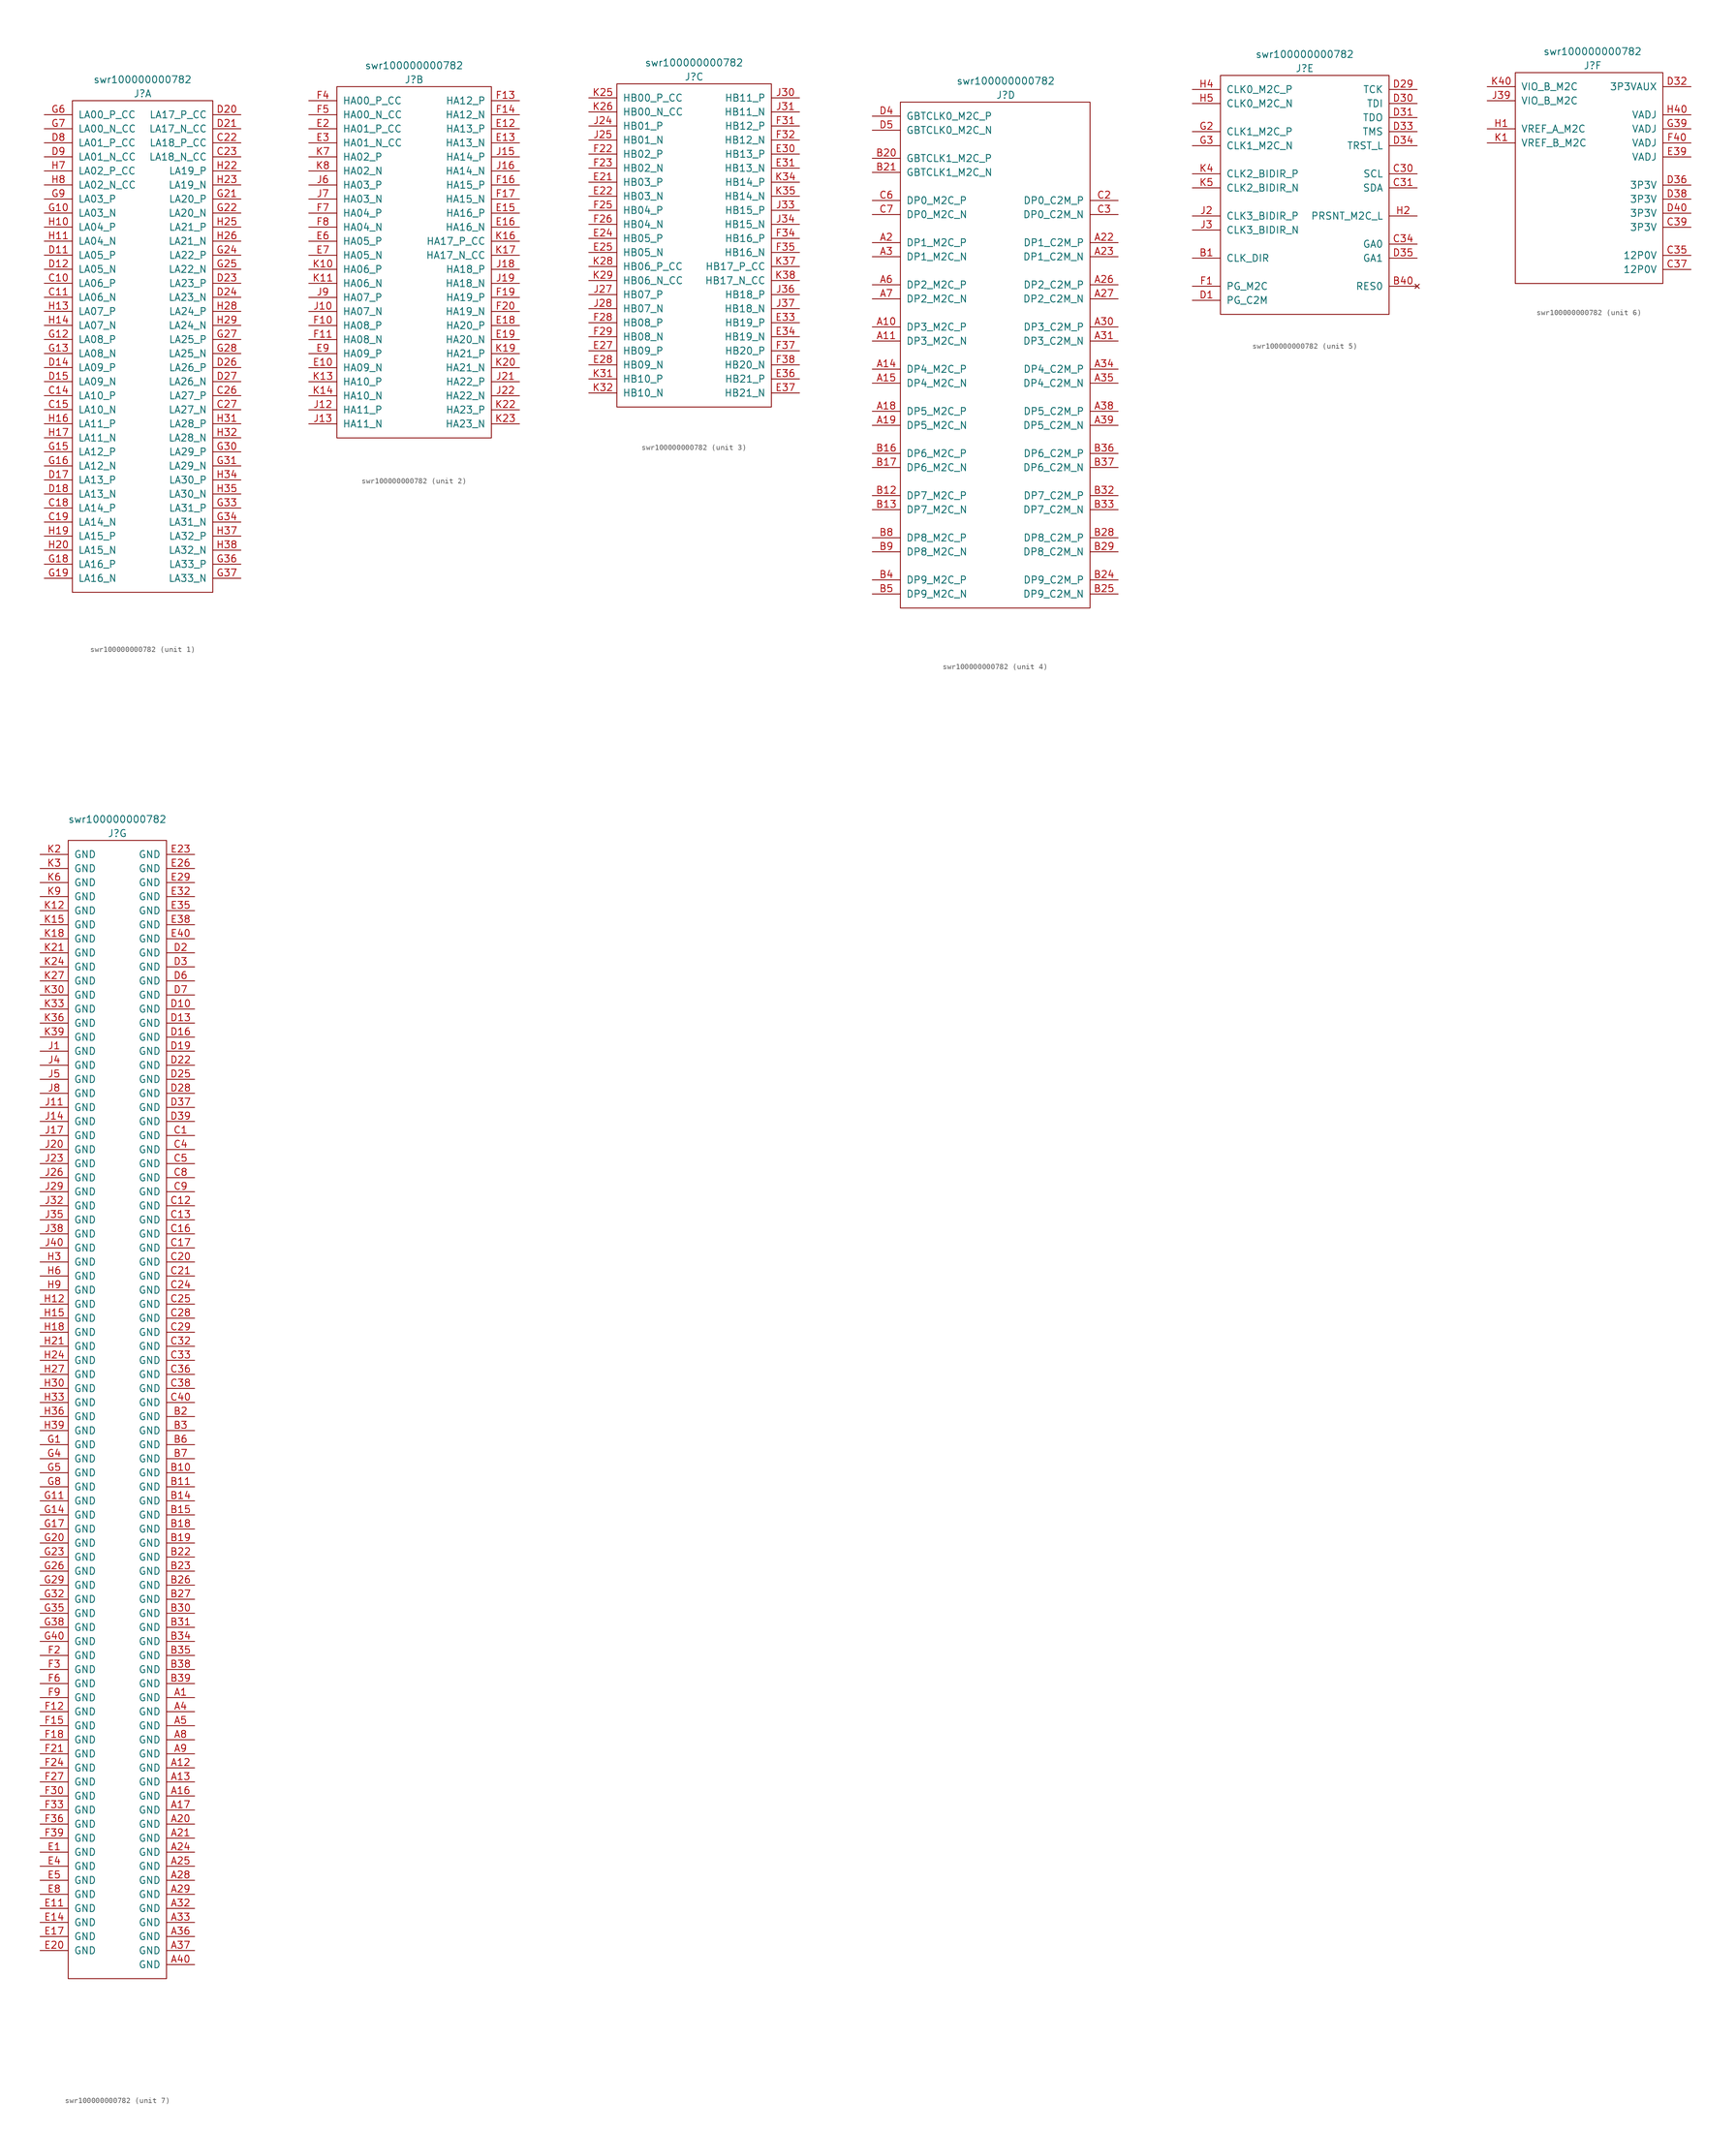
<source format=kicad_sym>
(kicad_symbol_lib
  (version 20220914)
  (generator kicad_symbol_editor)
  (symbol "swr100000000782"
    (pin_names
      (offset 1.016))
    (property "Reference" "J"
      (at 0 1.27 0)
      (effects (font (size 1.27 1.27))))
    (property "Value" "swr100000000782"
      (at 0 3.81 0)
      (effects (font (size 1.27 1.27))))
    (property "ki_locked" ""
      (at 0 0 0)
      (effects (font (size 1.27 1.27))))
    (symbol "swr100000000782_1_0"
      (pin bidirectional line (at -17.78 -33.02 0) (length 5.08) (name "LA06_P" (effects (font (size 1.27 1.27)))) (number "C10" (effects (font (size 1.27 1.27)))))
      (pin bidirectional line (at -17.78 -35.56 0) (length 5.08) (name "LA06_N" (effects (font (size 1.27 1.27)))) (number "C11" (effects (font (size 1.27 1.27)))))
      (pin bidirectional line (at -17.78 -53.34 0) (length 5.08) (name "LA10_P" (effects (font (size 1.27 1.27)))) (number "C14" (effects (font (size 1.27 1.27)))))
      (pin bidirectional line (at -17.78 -55.88 0) (length 5.08) (name "LA10_N" (effects (font (size 1.27 1.27)))) (number "C15" (effects (font (size 1.27 1.27)))))
      (pin bidirectional line (at -17.78 -73.66 0) (length 5.08) (name "LA14_P" (effects (font (size 1.27 1.27)))) (number "C18" (effects (font (size 1.27 1.27)))))
      (pin bidirectional line (at -17.78 -76.2 0) (length 5.08) (name "LA14_N" (effects (font (size 1.27 1.27)))) (number "C19" (effects (font (size 1.27 1.27)))))
      (pin bidirectional line (at 17.78 -7.62 180) (length 5.08) (name "LA18_P_CC" (effects (font (size 1.27 1.27)))) (number "C22" (effects (font (size 1.27 1.27)))))
      (pin bidirectional line (at 17.78 -10.16 180) (length 5.08) (name "LA18_N_CC" (effects (font (size 1.27 1.27)))) (number "C23" (effects (font (size 1.27 1.27)))))
      (pin bidirectional line (at 17.78 -53.34 180) (length 5.08) (name "LA27_P" (effects (font (size 1.27 1.27)))) (number "C26" (effects (font (size 1.27 1.27)))))
      (pin bidirectional line (at 17.78 -55.88 180) (length 5.08) (name "LA27_N" (effects (font (size 1.27 1.27)))) (number "C27" (effects (font (size 1.27 1.27)))))
      (pin bidirectional line (at -17.78 -27.94 0) (length 5.08) (name "LA05_P" (effects (font (size 1.27 1.27)))) (number "D11" (effects (font (size 1.27 1.27)))))
      (pin bidirectional line (at -17.78 -30.48 0) (length 5.08) (name "LA05_N" (effects (font (size 1.27 1.27)))) (number "D12" (effects (font (size 1.27 1.27)))))
      (pin bidirectional line (at -17.78 -48.26 0) (length 5.08) (name "LA09_P" (effects (font (size 1.27 1.27)))) (number "D14" (effects (font (size 1.27 1.27)))))
      (pin bidirectional line (at -17.78 -50.8 0) (length 5.08) (name "LA09_N" (effects (font (size 1.27 1.27)))) (number "D15" (effects (font (size 1.27 1.27)))))
      (pin bidirectional line (at -17.78 -68.58 0) (length 5.08) (name "LA13_P" (effects (font (size 1.27 1.27)))) (number "D17" (effects (font (size 1.27 1.27)))))
      (pin bidirectional line (at -17.78 -71.12 0) (length 5.08) (name "LA13_N" (effects (font (size 1.27 1.27)))) (number "D18" (effects (font (size 1.27 1.27)))))
      (pin bidirectional line (at 17.78 -2.54 180) (length 5.08) (name "LA17_P_CC" (effects (font (size 1.27 1.27)))) (number "D20" (effects (font (size 1.27 1.27)))))
      (pin bidirectional line (at 17.78 -5.08 180) (length 5.08) (name "LA17_N_CC" (effects (font (size 1.27 1.27)))) (number "D21" (effects (font (size 1.27 1.27)))))
      (pin bidirectional line (at 17.78 -33.02 180) (length 5.08) (name "LA23_P" (effects (font (size 1.27 1.27)))) (number "D23" (effects (font (size 1.27 1.27)))))
      (pin bidirectional line (at 17.78 -35.56 180) (length 5.08) (name "LA23_N" (effects (font (size 1.27 1.27)))) (number "D24" (effects (font (size 1.27 1.27)))))
      (pin bidirectional line (at 17.78 -48.26 180) (length 5.08) (name "LA26_P" (effects (font (size 1.27 1.27)))) (number "D26" (effects (font (size 1.27 1.27)))))
      (pin bidirectional line (at 17.78 -50.8 180) (length 5.08) (name "LA26_N" (effects (font (size 1.27 1.27)))) (number "D27" (effects (font (size 1.27 1.27)))))
      (pin bidirectional line (at -17.78 -7.62 0) (length 5.08) (name "LA01_P_CC" (effects (font (size 1.27 1.27)))) (number "D8" (effects (font (size 1.27 1.27)))))
      (pin bidirectional line (at -17.78 -10.16 0) (length 5.08) (name "LA01_N_CC" (effects (font (size 1.27 1.27)))) (number "D9" (effects (font (size 1.27 1.27)))))
      (pin bidirectional line (at -17.78 -20.32 0) (length 5.08) (name "LA03_N" (effects (font (size 1.27 1.27)))) (number "G10" (effects (font (size 1.27 1.27)))))
      (pin bidirectional line (at -17.78 -43.18 0) (length 5.08) (name "LA08_P" (effects (font (size 1.27 1.27)))) (number "G12" (effects (font (size 1.27 1.27)))))
      (pin bidirectional line (at -17.78 -45.72 0) (length 5.08) (name "LA08_N" (effects (font (size 1.27 1.27)))) (number "G13" (effects (font (size 1.27 1.27)))))
      (pin bidirectional line (at -17.78 -63.5 0) (length 5.08) (name "LA12_P" (effects (font (size 1.27 1.27)))) (number "G15" (effects (font (size 1.27 1.27)))))
      (pin bidirectional line (at -17.78 -66.04 0) (length 5.08) (name "LA12_N" (effects (font (size 1.27 1.27)))) (number "G16" (effects (font (size 1.27 1.27)))))
      (pin bidirectional line (at -17.78 -83.82 0) (length 5.08) (name "LA16_P" (effects (font (size 1.27 1.27)))) (number "G18" (effects (font (size 1.27 1.27)))))
      (pin bidirectional line (at -17.78 -86.36 0) (length 5.08) (name "LA16_N" (effects (font (size 1.27 1.27)))) (number "G19" (effects (font (size 1.27 1.27)))))
      (pin bidirectional line (at 17.78 -17.78 180) (length 5.08) (name "LA20_P" (effects (font (size 1.27 1.27)))) (number "G21" (effects (font (size 1.27 1.27)))))
      (pin bidirectional line (at 17.78 -20.32 180) (length 5.08) (name "LA20_N" (effects (font (size 1.27 1.27)))) (number "G22" (effects (font (size 1.27 1.27)))))
      (pin bidirectional line (at 17.78 -27.94 180) (length 5.08) (name "LA22_P" (effects (font (size 1.27 1.27)))) (number "G24" (effects (font (size 1.27 1.27)))))
      (pin bidirectional line (at 17.78 -30.48 180) (length 5.08) (name "LA22_N" (effects (font (size 1.27 1.27)))) (number "G25" (effects (font (size 1.27 1.27)))))
      (pin bidirectional line (at 17.78 -43.18 180) (length 5.08) (name "LA25_P" (effects (font (size 1.27 1.27)))) (number "G27" (effects (font (size 1.27 1.27)))))
      (pin bidirectional line (at 17.78 -45.72 180) (length 5.08) (name "LA25_N" (effects (font (size 1.27 1.27)))) (number "G28" (effects (font (size 1.27 1.27)))))
      (pin bidirectional line (at 17.78 -63.5 180) (length 5.08) (name "LA29_P" (effects (font (size 1.27 1.27)))) (number "G30" (effects (font (size 1.27 1.27)))))
      (pin bidirectional line (at 17.78 -66.04 180) (length 5.08) (name "LA29_N" (effects (font (size 1.27 1.27)))) (number "G31" (effects (font (size 1.27 1.27)))))
      (pin bidirectional line (at 17.78 -73.66 180) (length 5.08) (name "LA31_P" (effects (font (size 1.27 1.27)))) (number "G33" (effects (font (size 1.27 1.27)))))
      (pin bidirectional line (at 17.78 -76.2 180) (length 5.08) (name "LA31_N" (effects (font (size 1.27 1.27)))) (number "G34" (effects (font (size 1.27 1.27)))))
      (pin bidirectional line (at 17.78 -83.82 180) (length 5.08) (name "LA33_P" (effects (font (size 1.27 1.27)))) (number "G36" (effects (font (size 1.27 1.27)))))
      (pin bidirectional line (at 17.78 -86.36 180) (length 5.08) (name "LA33_N" (effects (font (size 1.27 1.27)))) (number "G37" (effects (font (size 1.27 1.27)))))
      (pin bidirectional line (at -17.78 -2.54 0) (length 5.08) (name "LA00_P_CC" (effects (font (size 1.27 1.27)))) (number "G6" (effects (font (size 1.27 1.27)))))
      (pin bidirectional line (at -17.78 -5.08 0) (length 5.08) (name "LA00_N_CC" (effects (font (size 1.27 1.27)))) (number "G7" (effects (font (size 1.27 1.27)))))
      (pin bidirectional line (at -17.78 -17.78 0) (length 5.08) (name "LA03_P" (effects (font (size 1.27 1.27)))) (number "G9" (effects (font (size 1.27 1.27)))))
      (pin bidirectional line (at -17.78 -22.86 0) (length 5.08) (name "LA04_P" (effects (font (size 1.27 1.27)))) (number "H10" (effects (font (size 1.27 1.27)))))
      (pin bidirectional line (at -17.78 -25.4 0) (length 5.08) (name "LA04_N" (effects (font (size 1.27 1.27)))) (number "H11" (effects (font (size 1.27 1.27)))))
      (pin bidirectional line (at -17.78 -38.1 0) (length 5.08) (name "LA07_P" (effects (font (size 1.27 1.27)))) (number "H13" (effects (font (size 1.27 1.27)))))
      (pin bidirectional line (at -17.78 -40.64 0) (length 5.08) (name "LA07_N" (effects (font (size 1.27 1.27)))) (number "H14" (effects (font (size 1.27 1.27)))))
      (pin bidirectional line (at -17.78 -58.42 0) (length 5.08) (name "LA11_P" (effects (font (size 1.27 1.27)))) (number "H16" (effects (font (size 1.27 1.27)))))
      (pin bidirectional line (at -17.78 -60.96 0) (length 5.08) (name "LA11_N" (effects (font (size 1.27 1.27)))) (number "H17" (effects (font (size 1.27 1.27)))))
      (pin bidirectional line (at -17.78 -78.74 0) (length 5.08) (name "LA15_P" (effects (font (size 1.27 1.27)))) (number "H19" (effects (font (size 1.27 1.27)))))
      (pin bidirectional line (at -17.78 -81.28 0) (length 5.08) (name "LA15_N" (effects (font (size 1.27 1.27)))) (number "H20" (effects (font (size 1.27 1.27)))))
      (pin bidirectional line (at 17.78 -12.7 180) (length 5.08) (name "LA19_P" (effects (font (size 1.27 1.27)))) (number "H22" (effects (font (size 1.27 1.27)))))
      (pin bidirectional line (at 17.78 -15.24 180) (length 5.08) (name "LA19_N" (effects (font (size 1.27 1.27)))) (number "H23" (effects (font (size 1.27 1.27)))))
      (pin bidirectional line (at 17.78 -22.86 180) (length 5.08) (name "LA21_P" (effects (font (size 1.27 1.27)))) (number "H25" (effects (font (size 1.27 1.27)))))
      (pin bidirectional line (at 17.78 -25.4 180) (length 5.08) (name "LA21_N" (effects (font (size 1.27 1.27)))) (number "H26" (effects (font (size 1.27 1.27)))))
      (pin bidirectional line (at 17.78 -38.1 180) (length 5.08) (name "LA24_P" (effects (font (size 1.27 1.27)))) (number "H28" (effects (font (size 1.27 1.27)))))
      (pin bidirectional line (at 17.78 -40.64 180) (length 5.08) (name "LA24_N" (effects (font (size 1.27 1.27)))) (number "H29" (effects (font (size 1.27 1.27)))))
      (pin bidirectional line (at 17.78 -58.42 180) (length 5.08) (name "LA28_P" (effects (font (size 1.27 1.27)))) (number "H31" (effects (font (size 1.27 1.27)))))
      (pin bidirectional line (at 17.78 -60.96 180) (length 5.08) (name "LA28_N" (effects (font (size 1.27 1.27)))) (number "H32" (effects (font (size 1.27 1.27)))))
      (pin bidirectional line (at 17.78 -68.58 180) (length 5.08) (name "LA30_P" (effects (font (size 1.27 1.27)))) (number "H34" (effects (font (size 1.27 1.27)))))
      (pin bidirectional line (at 17.78 -71.12 180) (length 5.08) (name "LA30_N" (effects (font (size 1.27 1.27)))) (number "H35" (effects (font (size 1.27 1.27)))))
      (pin bidirectional line (at 17.78 -78.74 180) (length 5.08) (name "LA32_P" (effects (font (size 1.27 1.27)))) (number "H37" (effects (font (size 1.27 1.27)))))
      (pin bidirectional line (at 17.78 -81.28 180) (length 5.08) (name "LA32_N" (effects (font (size 1.27 1.27)))) (number "H38" (effects (font (size 1.27 1.27)))))
      (pin bidirectional line (at -17.78 -12.7 0) (length 5.08) (name "LA02_P_CC" (effects (font (size 1.27 1.27)))) (number "H7" (effects (font (size 1.27 1.27)))))
      (pin bidirectional line (at -17.78 -15.24 0) (length 5.08) (name "LA02_N_CC" (effects (font (size 1.27 1.27)))) (number "H8" (effects (font (size 1.27 1.27))))))
    (symbol "swr100000000782_1_1"
      (rectangle (start -12.7 0) (end 12.7 -88.9) (stroke (width 0) (type default)) (fill (type none))))
    (symbol "swr100000000782_2_0"
      (pin bidirectional line (at -19.05 -50.8 0) (length 5.08) (name "HA09_N" (effects (font (size 1.27 1.27)))) (number "E10" (effects (font (size 1.27 1.27)))))
      (pin bidirectional line (at 19.05 -7.62 180) (length 5.08) (name "HA13_P" (effects (font (size 1.27 1.27)))) (number "E12" (effects (font (size 1.27 1.27)))))
      (pin bidirectional line (at 19.05 -10.16 180) (length 5.08) (name "HA13_N" (effects (font (size 1.27 1.27)))) (number "E13" (effects (font (size 1.27 1.27)))))
      (pin bidirectional line (at 19.05 -22.86 180) (length 5.08) (name "HA16_P" (effects (font (size 1.27 1.27)))) (number "E15" (effects (font (size 1.27 1.27)))))
      (pin bidirectional line (at 19.05 -25.4 180) (length 5.08) (name "HA16_N" (effects (font (size 1.27 1.27)))) (number "E16" (effects (font (size 1.27 1.27)))))
      (pin bidirectional line (at 19.05 -43.18 180) (length 5.08) (name "HA20_P" (effects (font (size 1.27 1.27)))) (number "E18" (effects (font (size 1.27 1.27)))))
      (pin bidirectional line (at 19.05 -45.72 180) (length 5.08) (name "HA20_N" (effects (font (size 1.27 1.27)))) (number "E19" (effects (font (size 1.27 1.27)))))
      (pin bidirectional line (at -19.05 -7.62 0) (length 5.08) (name "HA01_P_CC" (effects (font (size 1.27 1.27)))) (number "E2" (effects (font (size 1.27 1.27)))))
      (pin bidirectional line (at -19.05 -10.16 0) (length 5.08) (name "HA01_N_CC" (effects (font (size 1.27 1.27)))) (number "E3" (effects (font (size 1.27 1.27)))))
      (pin bidirectional line (at -19.05 -27.94 0) (length 5.08) (name "HA05_P" (effects (font (size 1.27 1.27)))) (number "E6" (effects (font (size 1.27 1.27)))))
      (pin bidirectional line (at -19.05 -30.48 0) (length 5.08) (name "HA05_N" (effects (font (size 1.27 1.27)))) (number "E7" (effects (font (size 1.27 1.27)))))
      (pin bidirectional line (at -19.05 -48.26 0) (length 5.08) (name "HA09_P" (effects (font (size 1.27 1.27)))) (number "E9" (effects (font (size 1.27 1.27)))))
      (pin bidirectional line (at -19.05 -43.18 0) (length 5.08) (name "HA08_P" (effects (font (size 1.27 1.27)))) (number "F10" (effects (font (size 1.27 1.27)))))
      (pin bidirectional line (at -19.05 -45.72 0) (length 5.08) (name "HA08_N" (effects (font (size 1.27 1.27)))) (number "F11" (effects (font (size 1.27 1.27)))))
      (pin bidirectional line (at 19.05 -2.54 180) (length 5.08) (name "HA12_P" (effects (font (size 1.27 1.27)))) (number "F13" (effects (font (size 1.27 1.27)))))
      (pin bidirectional line (at 19.05 -5.08 180) (length 5.08) (name "HA12_N" (effects (font (size 1.27 1.27)))) (number "F14" (effects (font (size 1.27 1.27)))))
      (pin bidirectional line (at 19.05 -17.78 180) (length 5.08) (name "HA15_P" (effects (font (size 1.27 1.27)))) (number "F16" (effects (font (size 1.27 1.27)))))
      (pin bidirectional line (at 19.05 -20.32 180) (length 5.08) (name "HA15_N" (effects (font (size 1.27 1.27)))) (number "F17" (effects (font (size 1.27 1.27)))))
      (pin bidirectional line (at 19.05 -38.1 180) (length 5.08) (name "HA19_P" (effects (font (size 1.27 1.27)))) (number "F19" (effects (font (size 1.27 1.27)))))
      (pin bidirectional line (at 19.05 -40.64 180) (length 5.08) (name "HA19_N" (effects (font (size 1.27 1.27)))) (number "F20" (effects (font (size 1.27 1.27)))))
      (pin bidirectional line (at -19.05 -2.54 0) (length 5.08) (name "HA00_P_CC" (effects (font (size 1.27 1.27)))) (number "F4" (effects (font (size 1.27 1.27)))))
      (pin bidirectional line (at -19.05 -5.08 0) (length 5.08) (name "HA00_N_CC" (effects (font (size 1.27 1.27)))) (number "F5" (effects (font (size 1.27 1.27)))))
      (pin bidirectional line (at -19.05 -22.86 0) (length 5.08) (name "HA04_P" (effects (font (size 1.27 1.27)))) (number "F7" (effects (font (size 1.27 1.27)))))
      (pin bidirectional line (at -19.05 -25.4 0) (length 5.08) (name "HA04_N" (effects (font (size 1.27 1.27)))) (number "F8" (effects (font (size 1.27 1.27)))))
      (pin bidirectional line (at -19.05 -40.64 0) (length 5.08) (name "HA07_N" (effects (font (size 1.27 1.27)))) (number "J10" (effects (font (size 1.27 1.27)))))
      (pin bidirectional line (at -19.05 -58.42 0) (length 5.08) (name "HA11_P" (effects (font (size 1.27 1.27)))) (number "J12" (effects (font (size 1.27 1.27)))))
      (pin bidirectional line (at -19.05 -60.96 0) (length 5.08) (name "HA11_N" (effects (font (size 1.27 1.27)))) (number "J13" (effects (font (size 1.27 1.27)))))
      (pin bidirectional line (at 19.05 -12.7 180) (length 5.08) (name "HA14_P" (effects (font (size 1.27 1.27)))) (number "J15" (effects (font (size 1.27 1.27)))))
      (pin bidirectional line (at 19.05 -15.24 180) (length 5.08) (name "HA14_N" (effects (font (size 1.27 1.27)))) (number "J16" (effects (font (size 1.27 1.27)))))
      (pin bidirectional line (at 19.05 -33.02 180) (length 5.08) (name "HA18_P" (effects (font (size 1.27 1.27)))) (number "J18" (effects (font (size 1.27 1.27)))))
      (pin bidirectional line (at 19.05 -35.56 180) (length 5.08) (name "HA18_N" (effects (font (size 1.27 1.27)))) (number "J19" (effects (font (size 1.27 1.27)))))
      (pin bidirectional line (at 19.05 -53.34 180) (length 5.08) (name "HA22_P" (effects (font (size 1.27 1.27)))) (number "J21" (effects (font (size 1.27 1.27)))))
      (pin bidirectional line (at 19.05 -55.88 180) (length 5.08) (name "HA22_N" (effects (font (size 1.27 1.27)))) (number "J22" (effects (font (size 1.27 1.27)))))
      (pin bidirectional line (at -19.05 -17.78 0) (length 5.08) (name "HA03_P" (effects (font (size 1.27 1.27)))) (number "J6" (effects (font (size 1.27 1.27)))))
      (pin bidirectional line (at -19.05 -20.32 0) (length 5.08) (name "HA03_N" (effects (font (size 1.27 1.27)))) (number "J7" (effects (font (size 1.27 1.27)))))
      (pin bidirectional line (at -19.05 -38.1 0) (length 5.08) (name "HA07_P" (effects (font (size 1.27 1.27)))) (number "J9" (effects (font (size 1.27 1.27)))))
      (pin bidirectional line (at -19.05 -33.02 0) (length 5.08) (name "HA06_P" (effects (font (size 1.27 1.27)))) (number "K10" (effects (font (size 1.27 1.27)))))
      (pin bidirectional line (at -19.05 -35.56 0) (length 5.08) (name "HA06_N" (effects (font (size 1.27 1.27)))) (number "K11" (effects (font (size 1.27 1.27)))))
      (pin bidirectional line (at -19.05 -53.34 0) (length 5.08) (name "HA10_P" (effects (font (size 1.27 1.27)))) (number "K13" (effects (font (size 1.27 1.27)))))
      (pin bidirectional line (at -19.05 -55.88 0) (length 5.08) (name "HA10_N" (effects (font (size 1.27 1.27)))) (number "K14" (effects (font (size 1.27 1.27)))))
      (pin bidirectional line (at 19.05 -27.94 180) (length 5.08) (name "HA17_P_CC" (effects (font (size 1.27 1.27)))) (number "K16" (effects (font (size 1.27 1.27)))))
      (pin bidirectional line (at 19.05 -30.48 180) (length 5.08) (name "HA17_N_CC" (effects (font (size 1.27 1.27)))) (number "K17" (effects (font (size 1.27 1.27)))))
      (pin bidirectional line (at 19.05 -48.26 180) (length 5.08) (name "HA21_P" (effects (font (size 1.27 1.27)))) (number "K19" (effects (font (size 1.27 1.27)))))
      (pin bidirectional line (at 19.05 -50.8 180) (length 5.08) (name "HA21_N" (effects (font (size 1.27 1.27)))) (number "K20" (effects (font (size 1.27 1.27)))))
      (pin bidirectional line (at 19.05 -58.42 180) (length 5.08) (name "HA23_P" (effects (font (size 1.27 1.27)))) (number "K22" (effects (font (size 1.27 1.27)))))
      (pin bidirectional line (at 19.05 -60.96 180) (length 5.08) (name "HA23_N" (effects (font (size 1.27 1.27)))) (number "K23" (effects (font (size 1.27 1.27)))))
      (pin bidirectional line (at -19.05 -12.7 0) (length 5.08) (name "HA02_P" (effects (font (size 1.27 1.27)))) (number "K7" (effects (font (size 1.27 1.27)))))
      (pin bidirectional line (at -19.05 -15.24 0) (length 5.08) (name "HA02_N" (effects (font (size 1.27 1.27)))) (number "K8" (effects (font (size 1.27 1.27))))))
    (symbol "swr100000000782_2_1"
      (rectangle (start -13.97 0) (end 13.97 -63.5) (stroke (width 0) (type default)) (fill (type none))))
    (symbol "swr100000000782_3_0"
      (pin bidirectional line (at -19.05 -17.78 0) (length 5.08) (name "HB03_P" (effects (font (size 1.27 1.27)))) (number "E21" (effects (font (size 1.27 1.27)))))
      (pin bidirectional line (at -19.05 -20.32 0) (length 5.08) (name "HB03_N" (effects (font (size 1.27 1.27)))) (number "E22" (effects (font (size 1.27 1.27)))))
      (pin bidirectional line (at -19.05 -27.94 0) (length 5.08) (name "HB05_P" (effects (font (size 1.27 1.27)))) (number "E24" (effects (font (size 1.27 1.27)))))
      (pin bidirectional line (at -19.05 -30.48 0) (length 5.08) (name "HB05_N" (effects (font (size 1.27 1.27)))) (number "E25" (effects (font (size 1.27 1.27)))))
      (pin bidirectional line (at -19.05 -48.26 0) (length 5.08) (name "HB09_P" (effects (font (size 1.27 1.27)))) (number "E27" (effects (font (size 1.27 1.27)))))
      (pin bidirectional line (at -19.05 -50.8 0) (length 5.08) (name "HB09_N" (effects (font (size 1.27 1.27)))) (number "E28" (effects (font (size 1.27 1.27)))))
      (pin bidirectional line (at 19.05 -12.7 180) (length 5.08) (name "HB13_P" (effects (font (size 1.27 1.27)))) (number "E30" (effects (font (size 1.27 1.27)))))
      (pin bidirectional line (at 19.05 -15.24 180) (length 5.08) (name "HB13_N" (effects (font (size 1.27 1.27)))) (number "E31" (effects (font (size 1.27 1.27)))))
      (pin bidirectional line (at 19.05 -43.18 180) (length 5.08) (name "HB19_P" (effects (font (size 1.27 1.27)))) (number "E33" (effects (font (size 1.27 1.27)))))
      (pin bidirectional line (at 19.05 -45.72 180) (length 5.08) (name "HB19_N" (effects (font (size 1.27 1.27)))) (number "E34" (effects (font (size 1.27 1.27)))))
      (pin bidirectional line (at 19.05 -53.34 180) (length 5.08) (name "HB21_P" (effects (font (size 1.27 1.27)))) (number "E36" (effects (font (size 1.27 1.27)))))
      (pin bidirectional line (at 19.05 -55.88 180) (length 5.08) (name "HB21_N" (effects (font (size 1.27 1.27)))) (number "E37" (effects (font (size 1.27 1.27)))))
      (pin bidirectional line (at -19.05 -12.7 0) (length 5.08) (name "HB02_P" (effects (font (size 1.27 1.27)))) (number "F22" (effects (font (size 1.27 1.27)))))
      (pin bidirectional line (at -19.05 -15.24 0) (length 5.08) (name "HB02_N" (effects (font (size 1.27 1.27)))) (number "F23" (effects (font (size 1.27 1.27)))))
      (pin bidirectional line (at -19.05 -22.86 0) (length 5.08) (name "HB04_P" (effects (font (size 1.27 1.27)))) (number "F25" (effects (font (size 1.27 1.27)))))
      (pin bidirectional line (at -19.05 -25.4 0) (length 5.08) (name "HB04_N" (effects (font (size 1.27 1.27)))) (number "F26" (effects (font (size 1.27 1.27)))))
      (pin bidirectional line (at -19.05 -43.18 0) (length 5.08) (name "HB08_P" (effects (font (size 1.27 1.27)))) (number "F28" (effects (font (size 1.27 1.27)))))
      (pin bidirectional line (at -19.05 -45.72 0) (length 5.08) (name "HB08_N" (effects (font (size 1.27 1.27)))) (number "F29" (effects (font (size 1.27 1.27)))))
      (pin bidirectional line (at 19.05 -7.62 180) (length 5.08) (name "HB12_P" (effects (font (size 1.27 1.27)))) (number "F31" (effects (font (size 1.27 1.27)))))
      (pin bidirectional line (at 19.05 -10.16 180) (length 5.08) (name "HB12_N" (effects (font (size 1.27 1.27)))) (number "F32" (effects (font (size 1.27 1.27)))))
      (pin bidirectional line (at 19.05 -27.94 180) (length 5.08) (name "HB16_P" (effects (font (size 1.27 1.27)))) (number "F34" (effects (font (size 1.27 1.27)))))
      (pin bidirectional line (at 19.05 -30.48 180) (length 5.08) (name "HB16_N" (effects (font (size 1.27 1.27)))) (number "F35" (effects (font (size 1.27 1.27)))))
      (pin bidirectional line (at 19.05 -48.26 180) (length 5.08) (name "HB20_P" (effects (font (size 1.27 1.27)))) (number "F37" (effects (font (size 1.27 1.27)))))
      (pin bidirectional line (at 19.05 -50.8 180) (length 5.08) (name "HB20_N" (effects (font (size 1.27 1.27)))) (number "F38" (effects (font (size 1.27 1.27)))))
      (pin bidirectional line (at -19.05 -7.62 0) (length 5.08) (name "HB01_P" (effects (font (size 1.27 1.27)))) (number "J24" (effects (font (size 1.27 1.27)))))
      (pin bidirectional line (at -19.05 -10.16 0) (length 5.08) (name "HB01_N" (effects (font (size 1.27 1.27)))) (number "J25" (effects (font (size 1.27 1.27)))))
      (pin bidirectional line (at -19.05 -38.1 0) (length 5.08) (name "HB07_P" (effects (font (size 1.27 1.27)))) (number "J27" (effects (font (size 1.27 1.27)))))
      (pin bidirectional line (at -19.05 -40.64 0) (length 5.08) (name "HB07_N" (effects (font (size 1.27 1.27)))) (number "J28" (effects (font (size 1.27 1.27)))))
      (pin bidirectional line (at 19.05 -2.54 180) (length 5.08) (name "HB11_P" (effects (font (size 1.27 1.27)))) (number "J30" (effects (font (size 1.27 1.27)))))
      (pin bidirectional line (at 19.05 -5.08 180) (length 5.08) (name "HB11_N" (effects (font (size 1.27 1.27)))) (number "J31" (effects (font (size 1.27 1.27)))))
      (pin bidirectional line (at 19.05 -22.86 180) (length 5.08) (name "HB15_P" (effects (font (size 1.27 1.27)))) (number "J33" (effects (font (size 1.27 1.27)))))
      (pin bidirectional line (at 19.05 -25.4 180) (length 5.08) (name "HB15_N" (effects (font (size 1.27 1.27)))) (number "J34" (effects (font (size 1.27 1.27)))))
      (pin bidirectional line (at 19.05 -38.1 180) (length 5.08) (name "HB18_P" (effects (font (size 1.27 1.27)))) (number "J36" (effects (font (size 1.27 1.27)))))
      (pin bidirectional line (at 19.05 -40.64 180) (length 5.08) (name "HB18_N" (effects (font (size 1.27 1.27)))) (number "J37" (effects (font (size 1.27 1.27)))))
      (pin bidirectional line (at -19.05 -2.54 0) (length 5.08) (name "HB00_P_CC" (effects (font (size 1.27 1.27)))) (number "K25" (effects (font (size 1.27 1.27)))))
      (pin bidirectional line (at -19.05 -5.08 0) (length 5.08) (name "HB00_N_CC" (effects (font (size 1.27 1.27)))) (number "K26" (effects (font (size 1.27 1.27)))))
      (pin bidirectional line (at -19.05 -33.02 0) (length 5.08) (name "HB06_P_CC" (effects (font (size 1.27 1.27)))) (number "K28" (effects (font (size 1.27 1.27)))))
      (pin bidirectional line (at -19.05 -35.56 0) (length 5.08) (name "HB06_N_CC" (effects (font (size 1.27 1.27)))) (number "K29" (effects (font (size 1.27 1.27)))))
      (pin bidirectional line (at -19.05 -53.34 0) (length 5.08) (name "HB10_P" (effects (font (size 1.27 1.27)))) (number "K31" (effects (font (size 1.27 1.27)))))
      (pin bidirectional line (at -19.05 -55.88 0) (length 5.08) (name "HB10_N" (effects (font (size 1.27 1.27)))) (number "K32" (effects (font (size 1.27 1.27)))))
      (pin bidirectional line (at 19.05 -17.78 180) (length 5.08) (name "HB14_P" (effects (font (size 1.27 1.27)))) (number "K34" (effects (font (size 1.27 1.27)))))
      (pin bidirectional line (at 19.05 -20.32 180) (length 5.08) (name "HB14_N" (effects (font (size 1.27 1.27)))) (number "K35" (effects (font (size 1.27 1.27)))))
      (pin bidirectional line (at 19.05 -33.02 180) (length 5.08) (name "HB17_P_CC" (effects (font (size 1.27 1.27)))) (number "K37" (effects (font (size 1.27 1.27)))))
      (pin bidirectional line (at 19.05 -35.56 180) (length 5.08) (name "HB17_N_CC" (effects (font (size 1.27 1.27)))) (number "K38" (effects (font (size 1.27 1.27))))))
    (symbol "swr100000000782_3_1"
      (rectangle (start -13.97 0) (end 13.97 -58.42) (stroke (width 0) (type default)) (fill (type none))))
    (symbol "swr100000000782_4_0"
      (pin input line (at -24.13 -40.64 0) (length 5.08) (name "DP3_M2C_P" (effects (font (size 1.27 1.27)))) (number "A10" (effects (font (size 1.27 1.27)))))
      (pin input line (at -24.13 -43.18 0) (length 5.08) (name "DP3_M2C_N" (effects (font (size 1.27 1.27)))) (number "A11" (effects (font (size 1.27 1.27)))))
      (pin input line (at -24.13 -48.26 0) (length 5.08) (name "DP4_M2C_P" (effects (font (size 1.27 1.27)))) (number "A14" (effects (font (size 1.27 1.27)))))
      (pin input line (at -24.13 -50.8 0) (length 5.08) (name "DP4_M2C_N" (effects (font (size 1.27 1.27)))) (number "A15" (effects (font (size 1.27 1.27)))))
      (pin input line (at -24.13 -55.88 0) (length 5.08) (name "DP5_M2C_P" (effects (font (size 1.27 1.27)))) (number "A18" (effects (font (size 1.27 1.27)))))
      (pin input line (at -24.13 -58.42 0) (length 5.08) (name "DP5_M2C_N" (effects (font (size 1.27 1.27)))) (number "A19" (effects (font (size 1.27 1.27)))))
      (pin input line (at -24.13 -25.4 0) (length 5.08) (name "DP1_M2C_P" (effects (font (size 1.27 1.27)))) (number "A2" (effects (font (size 1.27 1.27)))))
      (pin output line (at 20.32 -25.4 180) (length 5.08) (name "DP1_C2M_P" (effects (font (size 1.27 1.27)))) (number "A22" (effects (font (size 1.27 1.27)))))
      (pin output line (at 20.32 -27.94 180) (length 5.08) (name "DP1_C2M_N" (effects (font (size 1.27 1.27)))) (number "A23" (effects (font (size 1.27 1.27)))))
      (pin output line (at 20.32 -33.02 180) (length 5.08) (name "DP2_C2M_P" (effects (font (size 1.27 1.27)))) (number "A26" (effects (font (size 1.27 1.27)))))
      (pin output line (at 20.32 -35.56 180) (length 5.08) (name "DP2_C2M_N" (effects (font (size 1.27 1.27)))) (number "A27" (effects (font (size 1.27 1.27)))))
      (pin input line (at -24.13 -27.94 0) (length 5.08) (name "DP1_M2C_N" (effects (font (size 1.27 1.27)))) (number "A3" (effects (font (size 1.27 1.27)))))
      (pin output line (at 20.32 -40.64 180) (length 5.08) (name "DP3_C2M_P" (effects (font (size 1.27 1.27)))) (number "A30" (effects (font (size 1.27 1.27)))))
      (pin output line (at 20.32 -43.18 180) (length 5.08) (name "DP3_C2M_N" (effects (font (size 1.27 1.27)))) (number "A31" (effects (font (size 1.27 1.27)))))
      (pin output line (at 20.32 -48.26 180) (length 5.08) (name "DP4_C2M_P" (effects (font (size 1.27 1.27)))) (number "A34" (effects (font (size 1.27 1.27)))))
      (pin output line (at 20.32 -50.8 180) (length 5.08) (name "DP4_C2M_N" (effects (font (size 1.27 1.27)))) (number "A35" (effects (font (size 1.27 1.27)))))
      (pin output line (at 20.32 -55.88 180) (length 5.08) (name "DP5_C2M_P" (effects (font (size 1.27 1.27)))) (number "A38" (effects (font (size 1.27 1.27)))))
      (pin output line (at 20.32 -58.42 180) (length 5.08) (name "DP5_C2M_N" (effects (font (size 1.27 1.27)))) (number "A39" (effects (font (size 1.27 1.27)))))
      (pin input line (at -24.13 -33.02 0) (length 5.08) (name "DP2_M2C_P" (effects (font (size 1.27 1.27)))) (number "A6" (effects (font (size 1.27 1.27)))))
      (pin input line (at -24.13 -35.56 0) (length 5.08) (name "DP2_M2C_N" (effects (font (size 1.27 1.27)))) (number "A7" (effects (font (size 1.27 1.27)))))
      (pin input line (at -24.13 -71.12 0) (length 5.08) (name "DP7_M2C_P" (effects (font (size 1.27 1.27)))) (number "B12" (effects (font (size 1.27 1.27)))))
      (pin input line (at -24.13 -73.66 0) (length 5.08) (name "DP7_M2C_N" (effects (font (size 1.27 1.27)))) (number "B13" (effects (font (size 1.27 1.27)))))
      (pin input line (at -24.13 -63.5 0) (length 5.08) (name "DP6_M2C_P" (effects (font (size 1.27 1.27)))) (number "B16" (effects (font (size 1.27 1.27)))))
      (pin input line (at -24.13 -66.04 0) (length 5.08) (name "DP6_M2C_N" (effects (font (size 1.27 1.27)))) (number "B17" (effects (font (size 1.27 1.27)))))
      (pin input line (at -24.13 -10.16 0) (length 5.08) (name "GBTCLK1_M2C_P" (effects (font (size 1.27 1.27)))) (number "B20" (effects (font (size 1.27 1.27)))))
      (pin input line (at -24.13 -12.7 0) (length 5.08) (name "GBTCLK1_M2C_N" (effects (font (size 1.27 1.27)))) (number "B21" (effects (font (size 1.27 1.27)))))
      (pin output line (at 20.32 -86.36 180) (length 5.08) (name "DP9_C2M_P" (effects (font (size 1.27 1.27)))) (number "B24" (effects (font (size 1.27 1.27)))))
      (pin output line (at 20.32 -88.9 180) (length 5.08) (name "DP9_C2M_N" (effects (font (size 1.27 1.27)))) (number "B25" (effects (font (size 1.27 1.27)))))
      (pin output line (at 20.32 -78.74 180) (length 5.08) (name "DP8_C2M_P" (effects (font (size 1.27 1.27)))) (number "B28" (effects (font (size 1.27 1.27)))))
      (pin output line (at 20.32 -81.28 180) (length 5.08) (name "DP8_C2M_N" (effects (font (size 1.27 1.27)))) (number "B29" (effects (font (size 1.27 1.27)))))
      (pin output line (at 20.32 -71.12 180) (length 5.08) (name "DP7_C2M_P" (effects (font (size 1.27 1.27)))) (number "B32" (effects (font (size 1.27 1.27)))))
      (pin output line (at 20.32 -73.66 180) (length 5.08) (name "DP7_C2M_N" (effects (font (size 1.27 1.27)))) (number "B33" (effects (font (size 1.27 1.27)))))
      (pin output line (at 20.32 -63.5 180) (length 5.08) (name "DP6_C2M_P" (effects (font (size 1.27 1.27)))) (number "B36" (effects (font (size 1.27 1.27)))))
      (pin output line (at 20.32 -66.04 180) (length 5.08) (name "DP6_C2M_N" (effects (font (size 1.27 1.27)))) (number "B37" (effects (font (size 1.27 1.27)))))
      (pin input line (at -24.13 -86.36 0) (length 5.08) (name "DP9_M2C_P" (effects (font (size 1.27 1.27)))) (number "B4" (effects (font (size 1.27 1.27)))))
      (pin input line (at -24.13 -88.9 0) (length 5.08) (name "DP9_M2C_N" (effects (font (size 1.27 1.27)))) (number "B5" (effects (font (size 1.27 1.27)))))
      (pin input line (at -24.13 -78.74 0) (length 5.08) (name "DP8_M2C_P" (effects (font (size 1.27 1.27)))) (number "B8" (effects (font (size 1.27 1.27)))))
      (pin input line (at -24.13 -81.28 0) (length 5.08) (name "DP8_M2C_N" (effects (font (size 1.27 1.27)))) (number "B9" (effects (font (size 1.27 1.27)))))
      (pin output line (at 20.32 -17.78 180) (length 5.08) (name "DP0_C2M_P" (effects (font (size 1.27 1.27)))) (number "C2" (effects (font (size 1.27 1.27)))))
      (pin output line (at 20.32 -20.32 180) (length 5.08) (name "DP0_C2M_N" (effects (font (size 1.27 1.27)))) (number "C3" (effects (font (size 1.27 1.27)))))
      (pin input line (at -24.13 -17.78 0) (length 5.08) (name "DP0_M2C_P" (effects (font (size 1.27 1.27)))) (number "C6" (effects (font (size 1.27 1.27)))))
      (pin input line (at -24.13 -20.32 0) (length 5.08) (name "DP0_M2C_N" (effects (font (size 1.27 1.27)))) (number "C7" (effects (font (size 1.27 1.27)))))
      (pin input line (at -24.13 -2.54 0) (length 5.08) (name "GBTCLK0_M2C_P" (effects (font (size 1.27 1.27)))) (number "D4" (effects (font (size 1.27 1.27)))))
      (pin input line (at -24.13 -5.08 0) (length 5.08) (name "GBTCLK0_M2C_N" (effects (font (size 1.27 1.27)))) (number "D5" (effects (font (size 1.27 1.27))))))
    (symbol "swr100000000782_4_1"
      (rectangle (start -19.05 0) (end 15.24 -91.44) (stroke (width 0) (type default)) (fill (type none))))
    (symbol "swr100000000782_5_0"
      (pin input line (at -20.32 -33.02 0) (length 5.08) (name "CLK_DIR" (effects (font (size 1.27 1.27)))) (number "B1" (effects (font (size 1.27 1.27)))))
      (pin no_connect line (at 20.32 -38.1 180) (length 5.08) (name "RES0" (effects (font (size 1.27 1.27)))) (number "B40" (effects (font (size 1.27 1.27)))))
      (pin output line (at 20.32 -17.78 180) (length 5.08) (name "SCL" (effects (font (size 1.27 1.27)))) (number "C30" (effects (font (size 1.27 1.27)))))
      (pin bidirectional line (at 20.32 -20.32 180) (length 5.08) (name "SDA" (effects (font (size 1.27 1.27)))) (number "C31" (effects (font (size 1.27 1.27)))))
      (pin input line (at 20.32 -30.48 180) (length 5.08) (name "GA0" (effects (font (size 1.27 1.27)))) (number "C34" (effects (font (size 1.27 1.27)))))
      (pin output line (at -20.32 -40.64 0) (length 5.08) (name "PG_C2M" (effects (font (size 1.27 1.27)))) (number "D1" (effects (font (size 1.27 1.27)))))
      (pin output line (at 20.32 -2.54 180) (length 5.08) (name "TCK" (effects (font (size 1.27 1.27)))) (number "D29" (effects (font (size 1.27 1.27)))))
      (pin output line (at 20.32 -5.08 180) (length 5.08) (name "TDI" (effects (font (size 1.27 1.27)))) (number "D30" (effects (font (size 1.27 1.27)))))
      (pin input line (at 20.32 -7.62 180) (length 5.08) (name "TDO" (effects (font (size 1.27 1.27)))) (number "D31" (effects (font (size 1.27 1.27)))))
      (pin output line (at 20.32 -10.16 180) (length 5.08) (name "TMS" (effects (font (size 1.27 1.27)))) (number "D33" (effects (font (size 1.27 1.27)))))
      (pin output line (at 20.32 -12.7 180) (length 5.08) (name "TRST_L" (effects (font (size 1.27 1.27)))) (number "D34" (effects (font (size 1.27 1.27)))))
      (pin input line (at 20.32 -33.02 180) (length 5.08) (name "GA1" (effects (font (size 1.27 1.27)))) (number "D35" (effects (font (size 1.27 1.27)))))
      (pin input line (at -20.32 -38.1 0) (length 5.08) (name "PG_M2C" (effects (font (size 1.27 1.27)))) (number "F1" (effects (font (size 1.27 1.27)))))
      (pin input line (at -20.32 -10.16 0) (length 5.08) (name "CLK1_M2C_P" (effects (font (size 1.27 1.27)))) (number "G2" (effects (font (size 1.27 1.27)))))
      (pin input line (at -20.32 -12.7 0) (length 5.08) (name "CLK1_M2C_N" (effects (font (size 1.27 1.27)))) (number "G3" (effects (font (size 1.27 1.27)))))
      (pin input line (at 20.32 -25.4 180) (length 5.08) (name "PRSNT_M2C_L" (effects (font (size 1.27 1.27)))) (number "H2" (effects (font (size 1.27 1.27)))))
      (pin input line (at -20.32 -2.54 0) (length 5.08) (name "CLK0_M2C_P" (effects (font (size 1.27 1.27)))) (number "H4" (effects (font (size 1.27 1.27)))))
      (pin input line (at -20.32 -5.08 0) (length 5.08) (name "CLK0_M2C_N" (effects (font (size 1.27 1.27)))) (number "H5" (effects (font (size 1.27 1.27)))))
      (pin bidirectional line (at -20.32 -25.4 0) (length 5.08) (name "CLK3_BIDIR_P" (effects (font (size 1.27 1.27)))) (number "J2" (effects (font (size 1.27 1.27)))))
      (pin bidirectional line (at -20.32 -27.94 0) (length 5.08) (name "CLK3_BIDIR_N" (effects (font (size 1.27 1.27)))) (number "J3" (effects (font (size 1.27 1.27)))))
      (pin bidirectional line (at -20.32 -17.78 0) (length 5.08) (name "CLK2_BIDIR_P" (effects (font (size 1.27 1.27)))) (number "K4" (effects (font (size 1.27 1.27)))))
      (pin bidirectional line (at -20.32 -20.32 0) (length 5.08) (name "CLK2_BIDIR_N" (effects (font (size 1.27 1.27)))) (number "K5" (effects (font (size 1.27 1.27))))))
    (symbol "swr100000000782_5_1"
      (rectangle (start -15.24 0) (end 15.24 -43.18) (stroke (width 0) (type default)) (fill (type none))))
    (symbol "swr100000000782_6_1"
      (rectangle (start -13.97 0) (end 12.7 -38.1) (stroke (width 0) (type default)) (fill (type none)))
      (pin power_out line (at 17.78 -33.02 180) (length 5.08) (name "12P0V" (effects (font (size 1.27 1.27)))) (number "C35" (effects (font (size 1.27 1.27)))))
      (pin power_out line (at 17.78 -35.56 180) (length 5.08) (name "12P0V" (effects (font (size 1.27 1.27)))) (number "C37" (effects (font (size 1.27 1.27)))))
      (pin power_out line (at 17.78 -27.94 180) (length 5.08) (name "3P3V" (effects (font (size 1.27 1.27)))) (number "C39" (effects (font (size 1.27 1.27)))))
      (pin power_out line (at 17.78 -2.54 180) (length 5.08) (name "3P3VAUX" (effects (font (size 1.27 1.27)))) (number "D32" (effects (font (size 1.27 1.27)))))
      (pin power_out line (at 17.78 -20.32 180) (length 5.08) (name "3P3V" (effects (font (size 1.27 1.27)))) (number "D36" (effects (font (size 1.27 1.27)))))
      (pin power_out line (at 17.78 -22.86 180) (length 5.08) (name "3P3V" (effects (font (size 1.27 1.27)))) (number "D38" (effects (font (size 1.27 1.27)))))
      (pin power_out line (at 17.78 -25.4 180) (length 5.08) (name "3P3V" (effects (font (size 1.27 1.27)))) (number "D40" (effects (font (size 1.27 1.27)))))
      (pin power_out line (at 17.78 -15.24 180) (length 5.08) (name "VADJ" (effects (font (size 1.27 1.27)))) (number "E39" (effects (font (size 1.27 1.27)))))
      (pin power_out line (at 17.78 -12.7 180) (length 5.08) (name "VADJ" (effects (font (size 1.27 1.27)))) (number "F40" (effects (font (size 1.27 1.27)))))
      (pin power_out line (at 17.78 -10.16 180) (length 5.08) (name "VADJ" (effects (font (size 1.27 1.27)))) (number "G39" (effects (font (size 1.27 1.27)))))
      (pin power_in line (at -19.05 -10.16 0) (length 5.08) (name "VREF_A_M2C" (effects (font (size 1.27 1.27)))) (number "H1" (effects (font (size 1.27 1.27)))))
      (pin power_out line (at 17.78 -7.62 180) (length 5.08) (name "VADJ" (effects (font (size 1.27 1.27)))) (number "H40" (effects (font (size 1.27 1.27)))))
      (pin power_in line (at -19.05 -5.08 0) (length 5.08) (name "VIO_B_M2C" (effects (font (size 1.27 1.27)))) (number "J39" (effects (font (size 1.27 1.27)))))
      (pin power_in line (at -19.05 -12.7 0) (length 5.08) (name "VREF_B_M2C" (effects (font (size 1.27 1.27)))) (number "K1" (effects (font (size 1.27 1.27)))))
      (pin power_in line (at -19.05 -2.54 0) (length 5.08) (name "VIO_B_M2C" (effects (font (size 1.27 1.27)))) (number "K40" (effects (font (size 1.27 1.27))))))
    (symbol "swr100000000782_7_0"
      (pin power_out line (at 13.97 -91.44 180) (length 5.08) (name "GND" (effects (font (size 1.27 1.27)))) (number "C32" (effects (font (size 1.27 1.27)))))
      (pin power_out line (at -13.97 -12.7 0) (length 5.08) (name "GND" (effects (font (size 1.27 1.27)))) (number "K12" (effects (font (size 1.27 1.27)))))
      (pin power_out line (at -13.97 -2.54 0) (length 5.08) (name "GND" (effects (font (size 1.27 1.27)))) (number "K2" (effects (font (size 1.27 1.27)))))
      (pin power_out line (at -13.97 -5.08 0) (length 5.08) (name "GND" (effects (font (size 1.27 1.27)))) (number "K3" (effects (font (size 1.27 1.27)))))
      (pin power_out line (at -13.97 -7.62 0) (length 5.08) (name "GND" (effects (font (size 1.27 1.27)))) (number "K6" (effects (font (size 1.27 1.27)))))
      (pin power_out line (at -13.97 -10.16 0) (length 5.08) (name "GND" (effects (font (size 1.27 1.27)))) (number "K9" (effects (font (size 1.27 1.27))))))
    (symbol "swr100000000782_7_1"
      (rectangle (start -8.89 0) (end 8.89 -205.74) (stroke (width 0) (type default)) (fill (type none)))
      (pin power_out line (at 13.97 -154.94 180) (length 5.08) (name "GND" (effects (font (size 1.27 1.27)))) (number "A1" (effects (font (size 1.27 1.27)))))
      (pin power_out line (at 13.97 -167.64 180) (length 5.08) (name "GND" (effects (font (size 1.27 1.27)))) (number "A12" (effects (font (size 1.27 1.27)))))
      (pin power_out line (at 13.97 -170.18 180) (length 5.08) (name "GND" (effects (font (size 1.27 1.27)))) (number "A13" (effects (font (size 1.27 1.27)))))
      (pin power_out line (at 13.97 -172.72 180) (length 5.08) (name "GND" (effects (font (size 1.27 1.27)))) (number "A16" (effects (font (size 1.27 1.27)))))
      (pin power_out line (at 13.97 -175.26 180) (length 5.08) (name "GND" (effects (font (size 1.27 1.27)))) (number "A17" (effects (font (size 1.27 1.27)))))
      (pin power_out line (at 13.97 -177.8 180) (length 5.08) (name "GND" (effects (font (size 1.27 1.27)))) (number "A20" (effects (font (size 1.27 1.27)))))
      (pin power_out line (at 13.97 -180.34 180) (length 5.08) (name "GND" (effects (font (size 1.27 1.27)))) (number "A21" (effects (font (size 1.27 1.27)))))
      (pin power_out line (at 13.97 -182.88 180) (length 5.08) (name "GND" (effects (font (size 1.27 1.27)))) (number "A24" (effects (font (size 1.27 1.27)))))
      (pin power_out line (at 13.97 -185.42 180) (length 5.08) (name "GND" (effects (font (size 1.27 1.27)))) (number "A25" (effects (font (size 1.27 1.27)))))
      (pin power_out line (at 13.97 -187.96 180) (length 5.08) (name "GND" (effects (font (size 1.27 1.27)))) (number "A28" (effects (font (size 1.27 1.27)))))
      (pin power_out line (at 13.97 -190.5 180) (length 5.08) (name "GND" (effects (font (size 1.27 1.27)))) (number "A29" (effects (font (size 1.27 1.27)))))
      (pin power_out line (at 13.97 -193.04 180) (length 5.08) (name "GND" (effects (font (size 1.27 1.27)))) (number "A32" (effects (font (size 1.27 1.27)))))
      (pin power_out line (at 13.97 -195.58 180) (length 5.08) (name "GND" (effects (font (size 1.27 1.27)))) (number "A33" (effects (font (size 1.27 1.27)))))
      (pin power_out line (at 13.97 -198.12 180) (length 5.08) (name "GND" (effects (font (size 1.27 1.27)))) (number "A36" (effects (font (size 1.27 1.27)))))
      (pin power_out line (at 13.97 -200.66 180) (length 5.08) (name "GND" (effects (font (size 1.27 1.27)))) (number "A37" (effects (font (size 1.27 1.27)))))
      (pin power_out line (at 13.97 -157.48 180) (length 5.08) (name "GND" (effects (font (size 1.27 1.27)))) (number "A4" (effects (font (size 1.27 1.27)))))
      (pin power_out line (at 13.97 -203.2 180) (length 5.08) (name "GND" (effects (font (size 1.27 1.27)))) (number "A40" (effects (font (size 1.27 1.27)))))
      (pin power_out line (at 13.97 -160.02 180) (length 5.08) (name "GND" (effects (font (size 1.27 1.27)))) (number "A5" (effects (font (size 1.27 1.27)))))
      (pin power_out line (at 13.97 -162.56 180) (length 5.08) (name "GND" (effects (font (size 1.27 1.27)))) (number "A8" (effects (font (size 1.27 1.27)))))
      (pin power_out line (at 13.97 -165.1 180) (length 5.08) (name "GND" (effects (font (size 1.27 1.27)))) (number "A9" (effects (font (size 1.27 1.27)))))
      (pin power_out line (at 13.97 -114.3 180) (length 5.08) (name "GND" (effects (font (size 1.27 1.27)))) (number "B10" (effects (font (size 1.27 1.27)))))
      (pin power_out line (at 13.97 -116.84 180) (length 5.08) (name "GND" (effects (font (size 1.27 1.27)))) (number "B11" (effects (font (size 1.27 1.27)))))
      (pin power_out line (at 13.97 -119.38 180) (length 5.08) (name "GND" (effects (font (size 1.27 1.27)))) (number "B14" (effects (font (size 1.27 1.27)))))
      (pin power_out line (at 13.97 -121.92 180) (length 5.08) (name "GND" (effects (font (size 1.27 1.27)))) (number "B15" (effects (font (size 1.27 1.27)))))
      (pin power_out line (at 13.97 -124.46 180) (length 5.08) (name "GND" (effects (font (size 1.27 1.27)))) (number "B18" (effects (font (size 1.27 1.27)))))
      (pin power_out line (at 13.97 -127 180) (length 5.08) (name "GND" (effects (font (size 1.27 1.27)))) (number "B19" (effects (font (size 1.27 1.27)))))
      (pin power_out line (at 13.97 -104.14 180) (length 5.08) (name "GND" (effects (font (size 1.27 1.27)))) (number "B2" (effects (font (size 1.27 1.27)))))
      (pin power_out line (at 13.97 -129.54 180) (length 5.08) (name "GND" (effects (font (size 1.27 1.27)))) (number "B22" (effects (font (size 1.27 1.27)))))
      (pin power_out line (at 13.97 -132.08 180) (length 5.08) (name "GND" (effects (font (size 1.27 1.27)))) (number "B23" (effects (font (size 1.27 1.27)))))
      (pin power_out line (at 13.97 -134.62 180) (length 5.08) (name "GND" (effects (font (size 1.27 1.27)))) (number "B26" (effects (font (size 1.27 1.27)))))
      (pin power_out line (at 13.97 -137.16 180) (length 5.08) (name "GND" (effects (font (size 1.27 1.27)))) (number "B27" (effects (font (size 1.27 1.27)))))
      (pin power_out line (at 13.97 -106.68 180) (length 5.08) (name "GND" (effects (font (size 1.27 1.27)))) (number "B3" (effects (font (size 1.27 1.27)))))
      (pin power_out line (at 13.97 -139.7 180) (length 5.08) (name "GND" (effects (font (size 1.27 1.27)))) (number "B30" (effects (font (size 1.27 1.27)))))
      (pin power_out line (at 13.97 -142.24 180) (length 5.08) (name "GND" (effects (font (size 1.27 1.27)))) (number "B31" (effects (font (size 1.27 1.27)))))
      (pin power_out line (at 13.97 -144.78 180) (length 5.08) (name "GND" (effects (font (size 1.27 1.27)))) (number "B34" (effects (font (size 1.27 1.27)))))
      (pin power_out line (at 13.97 -147.32 180) (length 5.08) (name "GND" (effects (font (size 1.27 1.27)))) (number "B35" (effects (font (size 1.27 1.27)))))
      (pin power_out line (at 13.97 -149.86 180) (length 5.08) (name "GND" (effects (font (size 1.27 1.27)))) (number "B38" (effects (font (size 1.27 1.27)))))
      (pin power_out line (at 13.97 -152.4 180) (length 5.08) (name "GND" (effects (font (size 1.27 1.27)))) (number "B39" (effects (font (size 1.27 1.27)))))
      (pin power_out line (at 13.97 -109.22 180) (length 5.08) (name "GND" (effects (font (size 1.27 1.27)))) (number "B6" (effects (font (size 1.27 1.27)))))
      (pin power_out line (at 13.97 -111.76 180) (length 5.08) (name "GND" (effects (font (size 1.27 1.27)))) (number "B7" (effects (font (size 1.27 1.27)))))
      (pin power_out line (at 13.97 -53.34 180) (length 5.08) (name "GND" (effects (font (size 1.27 1.27)))) (number "C1" (effects (font (size 1.27 1.27)))))
      (pin power_out line (at 13.97 -66.04 180) (length 5.08) (name "GND" (effects (font (size 1.27 1.27)))) (number "C12" (effects (font (size 1.27 1.27)))))
      (pin power_out line (at 13.97 -68.58 180) (length 5.08) (name "GND" (effects (font (size 1.27 1.27)))) (number "C13" (effects (font (size 1.27 1.27)))))
      (pin power_out line (at 13.97 -71.12 180) (length 5.08) (name "GND" (effects (font (size 1.27 1.27)))) (number "C16" (effects (font (size 1.27 1.27)))))
      (pin power_out line (at 13.97 -73.66 180) (length 5.08) (name "GND" (effects (font (size 1.27 1.27)))) (number "C17" (effects (font (size 1.27 1.27)))))
      (pin power_out line (at 13.97 -76.2 180) (length 5.08) (name "GND" (effects (font (size 1.27 1.27)))) (number "C20" (effects (font (size 1.27 1.27)))))
      (pin power_out line (at 13.97 -78.74 180) (length 5.08) (name "GND" (effects (font (size 1.27 1.27)))) (number "C21" (effects (font (size 1.27 1.27)))))
      (pin power_out line (at 13.97 -81.28 180) (length 5.08) (name "GND" (effects (font (size 1.27 1.27)))) (number "C24" (effects (font (size 1.27 1.27)))))
      (pin power_out line (at 13.97 -83.82 180) (length 5.08) (name "GND" (effects (font (size 1.27 1.27)))) (number "C25" (effects (font (size 1.27 1.27)))))
      (pin power_out line (at 13.97 -86.36 180) (length 5.08) (name "GND" (effects (font (size 1.27 1.27)))) (number "C28" (effects (font (size 1.27 1.27)))))
      (pin power_out line (at 13.97 -88.9 180) (length 5.08) (name "GND" (effects (font (size 1.27 1.27)))) (number "C29" (effects (font (size 1.27 1.27)))))
      (pin power_out line (at 13.97 -93.98 180) (length 5.08) (name "GND" (effects (font (size 1.27 1.27)))) (number "C33" (effects (font (size 1.27 1.27)))))
      (pin power_out line (at 13.97 -96.52 180) (length 5.08) (name "GND" (effects (font (size 1.27 1.27)))) (number "C36" (effects (font (size 1.27 1.27)))))
      (pin power_out line (at 13.97 -99.06 180) (length 5.08) (name "GND" (effects (font (size 1.27 1.27)))) (number "C38" (effects (font (size 1.27 1.27)))))
      (pin power_out line (at 13.97 -55.88 180) (length 5.08) (name "GND" (effects (font (size 1.27 1.27)))) (number "C4" (effects (font (size 1.27 1.27)))))
      (pin power_out line (at 13.97 -101.6 180) (length 5.08) (name "GND" (effects (font (size 1.27 1.27)))) (number "C40" (effects (font (size 1.27 1.27)))))
      (pin power_out line (at 13.97 -58.42 180) (length 5.08) (name "GND" (effects (font (size 1.27 1.27)))) (number "C5" (effects (font (size 1.27 1.27)))))
      (pin power_out line (at 13.97 -60.96 180) (length 5.08) (name "GND" (effects (font (size 1.27 1.27)))) (number "C8" (effects (font (size 1.27 1.27)))))
      (pin power_out line (at 13.97 -63.5 180) (length 5.08) (name "GND" (effects (font (size 1.27 1.27)))) (number "C9" (effects (font (size 1.27 1.27)))))
      (pin power_out line (at 13.97 -30.48 180) (length 5.08) (name "GND" (effects (font (size 1.27 1.27)))) (number "D10" (effects (font (size 1.27 1.27)))))
      (pin power_out line (at 13.97 -33.02 180) (length 5.08) (name "GND" (effects (font (size 1.27 1.27)))) (number "D13" (effects (font (size 1.27 1.27)))))
      (pin power_out line (at 13.97 -35.56 180) (length 5.08) (name "GND" (effects (font (size 1.27 1.27)))) (number "D16" (effects (font (size 1.27 1.27)))))
      (pin power_out line (at 13.97 -38.1 180) (length 5.08) (name "GND" (effects (font (size 1.27 1.27)))) (number "D19" (effects (font (size 1.27 1.27)))))
      (pin power_out line (at 13.97 -20.32 180) (length 5.08) (name "GND" (effects (font (size 1.27 1.27)))) (number "D2" (effects (font (size 1.27 1.27)))))
      (pin power_out line (at 13.97 -40.64 180) (length 5.08) (name "GND" (effects (font (size 1.27 1.27)))) (number "D22" (effects (font (size 1.27 1.27)))))
      (pin power_out line (at 13.97 -43.18 180) (length 5.08) (name "GND" (effects (font (size 1.27 1.27)))) (number "D25" (effects (font (size 1.27 1.27)))))
      (pin power_out line (at 13.97 -45.72 180) (length 5.08) (name "GND" (effects (font (size 1.27 1.27)))) (number "D28" (effects (font (size 1.27 1.27)))))
      (pin power_out line (at 13.97 -22.86 180) (length 5.08) (name "GND" (effects (font (size 1.27 1.27)))) (number "D3" (effects (font (size 1.27 1.27)))))
      (pin power_out line (at 13.97 -48.26 180) (length 5.08) (name "GND" (effects (font (size 1.27 1.27)))) (number "D37" (effects (font (size 1.27 1.27)))))
      (pin power_out line (at 13.97 -50.8 180) (length 5.08) (name "GND" (effects (font (size 1.27 1.27)))) (number "D39" (effects (font (size 1.27 1.27)))))
      (pin power_out line (at 13.97 -25.4 180) (length 5.08) (name "GND" (effects (font (size 1.27 1.27)))) (number "D6" (effects (font (size 1.27 1.27)))))
      (pin power_out line (at 13.97 -27.94 180) (length 5.08) (name "GND" (effects (font (size 1.27 1.27)))) (number "D7" (effects (font (size 1.27 1.27)))))
      (pin power_out line (at -13.97 -182.88 0) (length 5.08) (name "GND" (effects (font (size 1.27 1.27)))) (number "E1" (effects (font (size 1.27 1.27)))))
      (pin power_out line (at -13.97 -193.04 0) (length 5.08) (name "GND" (effects (font (size 1.27 1.27)))) (number "E11" (effects (font (size 1.27 1.27)))))
      (pin power_out line (at -13.97 -195.58 0) (length 5.08) (name "GND" (effects (font (size 1.27 1.27)))) (number "E14" (effects (font (size 1.27 1.27)))))
      (pin power_out line (at -13.97 -198.12 0) (length 5.08) (name "GND" (effects (font (size 1.27 1.27)))) (number "E17" (effects (font (size 1.27 1.27)))))
      (pin power_out line (at -13.97 -200.66 0) (length 5.08) (name "GND" (effects (font (size 1.27 1.27)))) (number "E20" (effects (font (size 1.27 1.27)))))
      (pin power_out line (at 13.97 -2.54 180) (length 5.08) (name "GND" (effects (font (size 1.27 1.27)))) (number "E23" (effects (font (size 1.27 1.27)))))
      (pin power_out line (at 13.97 -5.08 180) (length 5.08) (name "GND" (effects (font (size 1.27 1.27)))) (number "E26" (effects (font (size 1.27 1.27)))))
      (pin power_out line (at 13.97 -7.62 180) (length 5.08) (name "GND" (effects (font (size 1.27 1.27)))) (number "E29" (effects (font (size 1.27 1.27)))))
      (pin power_out line (at 13.97 -10.16 180) (length 5.08) (name "GND" (effects (font (size 1.27 1.27)))) (number "E32" (effects (font (size 1.27 1.27)))))
      (pin power_out line (at 13.97 -12.7 180) (length 5.08) (name "GND" (effects (font (size 1.27 1.27)))) (number "E35" (effects (font (size 1.27 1.27)))))
      (pin power_out line (at 13.97 -15.24 180) (length 5.08) (name "GND" (effects (font (size 1.27 1.27)))) (number "E38" (effects (font (size 1.27 1.27)))))
      (pin power_out line (at -13.97 -185.42 0) (length 5.08) (name "GND" (effects (font (size 1.27 1.27)))) (number "E4" (effects (font (size 1.27 1.27)))))
      (pin power_out line (at 13.97 -17.78 180) (length 5.08) (name "GND" (effects (font (size 1.27 1.27)))) (number "E40" (effects (font (size 1.27 1.27)))))
      (pin power_out line (at -13.97 -187.96 0) (length 5.08) (name "GND" (effects (font (size 1.27 1.27)))) (number "E5" (effects (font (size 1.27 1.27)))))
      (pin power_out line (at -13.97 -190.5 0) (length 5.08) (name "GND" (effects (font (size 1.27 1.27)))) (number "E8" (effects (font (size 1.27 1.27)))))
      (pin power_out line (at -13.97 -157.48 0) (length 5.08) (name "GND" (effects (font (size 1.27 1.27)))) (number "F12" (effects (font (size 1.27 1.27)))))
      (pin power_out line (at -13.97 -160.02 0) (length 5.08) (name "GND" (effects (font (size 1.27 1.27)))) (number "F15" (effects (font (size 1.27 1.27)))))
      (pin power_out line (at -13.97 -162.56 0) (length 5.08) (name "GND" (effects (font (size 1.27 1.27)))) (number "F18" (effects (font (size 1.27 1.27)))))
      (pin power_out line (at -13.97 -147.32 0) (length 5.08) (name "GND" (effects (font (size 1.27 1.27)))) (number "F2" (effects (font (size 1.27 1.27)))))
      (pin power_out line (at -13.97 -165.1 0) (length 5.08) (name "GND" (effects (font (size 1.27 1.27)))) (number "F21" (effects (font (size 1.27 1.27)))))
      (pin power_out line (at -13.97 -167.64 0) (length 5.08) (name "GND" (effects (font (size 1.27 1.27)))) (number "F24" (effects (font (size 1.27 1.27)))))
      (pin power_out line (at -13.97 -170.18 0) (length 5.08) (name "GND" (effects (font (size 1.27 1.27)))) (number "F27" (effects (font (size 1.27 1.27)))))
      (pin power_out line (at -13.97 -149.86 0) (length 5.08) (name "GND" (effects (font (size 1.27 1.27)))) (number "F3" (effects (font (size 1.27 1.27)))))
      (pin power_out line (at -13.97 -172.72 0) (length 5.08) (name "GND" (effects (font (size 1.27 1.27)))) (number "F30" (effects (font (size 1.27 1.27)))))
      (pin power_out line (at -13.97 -175.26 0) (length 5.08) (name "GND" (effects (font (size 1.27 1.27)))) (number "F33" (effects (font (size 1.27 1.27)))))
      (pin power_out line (at -13.97 -177.8 0) (length 5.08) (name "GND" (effects (font (size 1.27 1.27)))) (number "F36" (effects (font (size 1.27 1.27)))))
      (pin power_out line (at -13.97 -180.34 0) (length 5.08) (name "GND" (effects (font (size 1.27 1.27)))) (number "F39" (effects (font (size 1.27 1.27)))))
      (pin power_out line (at -13.97 -152.4 0) (length 5.08) (name "GND" (effects (font (size 1.27 1.27)))) (number "F6" (effects (font (size 1.27 1.27)))))
      (pin power_out line (at -13.97 -154.94 0) (length 5.08) (name "GND" (effects (font (size 1.27 1.27)))) (number "F9" (effects (font (size 1.27 1.27)))))
      (pin power_out line (at -13.97 -109.22 0) (length 5.08) (name "GND" (effects (font (size 1.27 1.27)))) (number "G1" (effects (font (size 1.27 1.27)))))
      (pin power_out line (at -13.97 -119.38 0) (length 5.08) (name "GND" (effects (font (size 1.27 1.27)))) (number "G11" (effects (font (size 1.27 1.27)))))
      (pin power_out line (at -13.97 -121.92 0) (length 5.08) (name "GND" (effects (font (size 1.27 1.27)))) (number "G14" (effects (font (size 1.27 1.27)))))
      (pin power_out line (at -13.97 -124.46 0) (length 5.08) (name "GND" (effects (font (size 1.27 1.27)))) (number "G17" (effects (font (size 1.27 1.27)))))
      (pin power_out line (at -13.97 -127 0) (length 5.08) (name "GND" (effects (font (size 1.27 1.27)))) (number "G20" (effects (font (size 1.27 1.27)))))
      (pin power_out line (at -13.97 -129.54 0) (length 5.08) (name "GND" (effects (font (size 1.27 1.27)))) (number "G23" (effects (font (size 1.27 1.27)))))
      (pin power_out line (at -13.97 -132.08 0) (length 5.08) (name "GND" (effects (font (size 1.27 1.27)))) (number "G26" (effects (font (size 1.27 1.27)))))
      (pin power_out line (at -13.97 -134.62 0) (length 5.08) (name "GND" (effects (font (size 1.27 1.27)))) (number "G29" (effects (font (size 1.27 1.27)))))
      (pin power_out line (at -13.97 -137.16 0) (length 5.08) (name "GND" (effects (font (size 1.27 1.27)))) (number "G32" (effects (font (size 1.27 1.27)))))
      (pin power_out line (at -13.97 -139.7 0) (length 5.08) (name "GND" (effects (font (size 1.27 1.27)))) (number "G35" (effects (font (size 1.27 1.27)))))
      (pin power_out line (at -13.97 -142.24 0) (length 5.08) (name "GND" (effects (font (size 1.27 1.27)))) (number "G38" (effects (font (size 1.27 1.27)))))
      (pin power_out line (at -13.97 -111.76 0) (length 5.08) (name "GND" (effects (font (size 1.27 1.27)))) (number "G4" (effects (font (size 1.27 1.27)))))
      (pin power_out line (at -13.97 -144.78 0) (length 5.08) (name "GND" (effects (font (size 1.27 1.27)))) (number "G40" (effects (font (size 1.27 1.27)))))
      (pin power_out line (at -13.97 -114.3 0) (length 5.08) (name "GND" (effects (font (size 1.27 1.27)))) (number "G5" (effects (font (size 1.27 1.27)))))
      (pin power_out line (at -13.97 -116.84 0) (length 5.08) (name "GND" (effects (font (size 1.27 1.27)))) (number "G8" (effects (font (size 1.27 1.27)))))
      (pin power_out line (at -13.97 -83.82 0) (length 5.08) (name "GND" (effects (font (size 1.27 1.27)))) (number "H12" (effects (font (size 1.27 1.27)))))
      (pin power_out line (at -13.97 -86.36 0) (length 5.08) (name "GND" (effects (font (size 1.27 1.27)))) (number "H15" (effects (font (size 1.27 1.27)))))
      (pin power_out line (at -13.97 -88.9 0) (length 5.08) (name "GND" (effects (font (size 1.27 1.27)))) (number "H18" (effects (font (size 1.27 1.27)))))
      (pin power_out line (at -13.97 -91.44 0) (length 5.08) (name "GND" (effects (font (size 1.27 1.27)))) (number "H21" (effects (font (size 1.27 1.27)))))
      (pin power_out line (at -13.97 -93.98 0) (length 5.08) (name "GND" (effects (font (size 1.27 1.27)))) (number "H24" (effects (font (size 1.27 1.27)))))
      (pin power_out line (at -13.97 -96.52 0) (length 5.08) (name "GND" (effects (font (size 1.27 1.27)))) (number "H27" (effects (font (size 1.27 1.27)))))
      (pin power_out line (at -13.97 -76.2 0) (length 5.08) (name "GND" (effects (font (size 1.27 1.27)))) (number "H3" (effects (font (size 1.27 1.27)))))
      (pin power_out line (at -13.97 -99.06 0) (length 5.08) (name "GND" (effects (font (size 1.27 1.27)))) (number "H30" (effects (font (size 1.27 1.27)))))
      (pin power_out line (at -13.97 -101.6 0) (length 5.08) (name "GND" (effects (font (size 1.27 1.27)))) (number "H33" (effects (font (size 1.27 1.27)))))
      (pin power_out line (at -13.97 -104.14 0) (length 5.08) (name "GND" (effects (font (size 1.27 1.27)))) (number "H36" (effects (font (size 1.27 1.27)))))
      (pin power_out line (at -13.97 -106.68 0) (length 5.08) (name "GND" (effects (font (size 1.27 1.27)))) (number "H39" (effects (font (size 1.27 1.27)))))
      (pin power_out line (at -13.97 -78.74 0) (length 5.08) (name "GND" (effects (font (size 1.27 1.27)))) (number "H6" (effects (font (size 1.27 1.27)))))
      (pin power_out line (at -13.97 -81.28 0) (length 5.08) (name "GND" (effects (font (size 1.27 1.27)))) (number "H9" (effects (font (size 1.27 1.27)))))
      (pin power_out line (at -13.97 -38.1 0) (length 5.08) (name "GND" (effects (font (size 1.27 1.27)))) (number "J1" (effects (font (size 1.27 1.27)))))
      (pin power_out line (at -13.97 -48.26 0) (length 5.08) (name "GND" (effects (font (size 1.27 1.27)))) (number "J11" (effects (font (size 1.27 1.27)))))
      (pin power_out line (at -13.97 -50.8 0) (length 5.08) (name "GND" (effects (font (size 1.27 1.27)))) (number "J14" (effects (font (size 1.27 1.27)))))
      (pin power_out line (at -13.97 -53.34 0) (length 5.08) (name "GND" (effects (font (size 1.27 1.27)))) (number "J17" (effects (font (size 1.27 1.27)))))
      (pin power_out line (at -13.97 -55.88 0) (length 5.08) (name "GND" (effects (font (size 1.27 1.27)))) (number "J20" (effects (font (size 1.27 1.27)))))
      (pin power_out line (at -13.97 -58.42 0) (length 5.08) (name "GND" (effects (font (size 1.27 1.27)))) (number "J23" (effects (font (size 1.27 1.27)))))
      (pin power_out line (at -13.97 -60.96 0) (length 5.08) (name "GND" (effects (font (size 1.27 1.27)))) (number "J26" (effects (font (size 1.27 1.27)))))
      (pin power_out line (at -13.97 -63.5 0) (length 5.08) (name "GND" (effects (font (size 1.27 1.27)))) (number "J29" (effects (font (size 1.27 1.27)))))
      (pin power_out line (at -13.97 -66.04 0) (length 5.08) (name "GND" (effects (font (size 1.27 1.27)))) (number "J32" (effects (font (size 1.27 1.27)))))
      (pin power_out line (at -13.97 -68.58 0) (length 5.08) (name "GND" (effects (font (size 1.27 1.27)))) (number "J35" (effects (font (size 1.27 1.27)))))
      (pin power_out line (at -13.97 -71.12 0) (length 5.08) (name "GND" (effects (font (size 1.27 1.27)))) (number "J38" (effects (font (size 1.27 1.27)))))
      (pin power_out line (at -13.97 -40.64 0) (length 5.08) (name "GND" (effects (font (size 1.27 1.27)))) (number "J4" (effects (font (size 1.27 1.27)))))
      (pin power_out line (at -13.97 -73.66 0) (length 5.08) (name "GND" (effects (font (size 1.27 1.27)))) (number "J40" (effects (font (size 1.27 1.27)))))
      (pin power_out line (at -13.97 -43.18 0) (length 5.08) (name "GND" (effects (font (size 1.27 1.27)))) (number "J5" (effects (font (size 1.27 1.27)))))
      (pin power_out line (at -13.97 -45.72 0) (length 5.08) (name "GND" (effects (font (size 1.27 1.27)))) (number "J8" (effects (font (size 1.27 1.27)))))
      (pin power_out line (at -13.97 -15.24 0) (length 5.08) (name "GND" (effects (font (size 1.27 1.27)))) (number "K15" (effects (font (size 1.27 1.27)))))
      (pin power_out line (at -13.97 -17.78 0) (length 5.08) (name "GND" (effects (font (size 1.27 1.27)))) (number "K18" (effects (font (size 1.27 1.27)))))
      (pin power_out line (at -13.97 -20.32 0) (length 5.08) (name "GND" (effects (font (size 1.27 1.27)))) (number "K21" (effects (font (size 1.27 1.27)))))
      (pin power_out line (at -13.97 -22.86 0) (length 5.08) (name "GND" (effects (font (size 1.27 1.27)))) (number "K24" (effects (font (size 1.27 1.27)))))
      (pin power_out line (at -13.97 -25.4 0) (length 5.08) (name "GND" (effects (font (size 1.27 1.27)))) (number "K27" (effects (font (size 1.27 1.27)))))
      (pin power_out line (at -13.97 -27.94 0) (length 5.08) (name "GND" (effects (font (size 1.27 1.27)))) (number "K30" (effects (font (size 1.27 1.27)))))
      (pin power_out line (at -13.97 -30.48 0) (length 5.08) (name "GND" (effects (font (size 1.27 1.27)))) (number "K33" (effects (font (size 1.27 1.27)))))
      (pin power_out line (at -13.97 -33.02 0) (length 5.08) (name "GND" (effects (font (size 1.27 1.27)))) (number "K36" (effects (font (size 1.27 1.27)))))
      (pin power_out line (at -13.97 -35.56 0) (length 5.08) (name "GND" (effects (font (size 1.27 1.27)))) (number "K39" (effects (font (size 1.27 1.27))))))))
</source>
